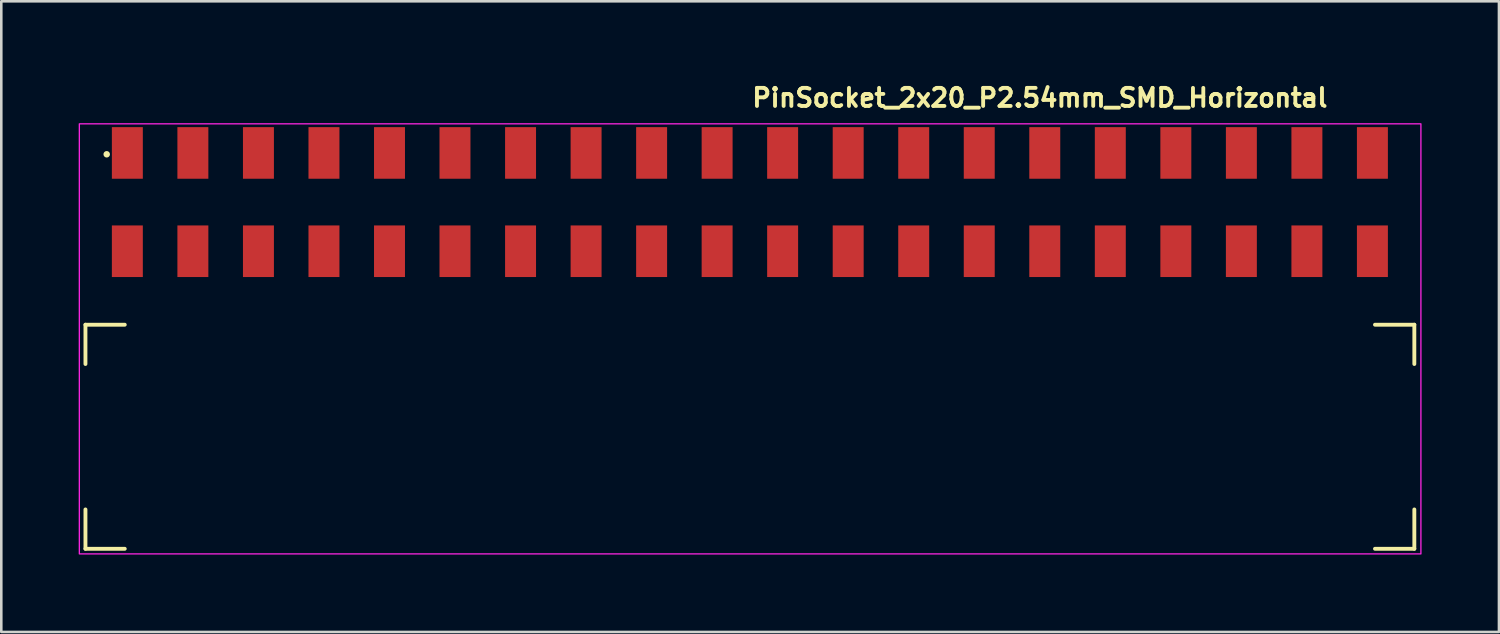
<source format=kicad_pcb>
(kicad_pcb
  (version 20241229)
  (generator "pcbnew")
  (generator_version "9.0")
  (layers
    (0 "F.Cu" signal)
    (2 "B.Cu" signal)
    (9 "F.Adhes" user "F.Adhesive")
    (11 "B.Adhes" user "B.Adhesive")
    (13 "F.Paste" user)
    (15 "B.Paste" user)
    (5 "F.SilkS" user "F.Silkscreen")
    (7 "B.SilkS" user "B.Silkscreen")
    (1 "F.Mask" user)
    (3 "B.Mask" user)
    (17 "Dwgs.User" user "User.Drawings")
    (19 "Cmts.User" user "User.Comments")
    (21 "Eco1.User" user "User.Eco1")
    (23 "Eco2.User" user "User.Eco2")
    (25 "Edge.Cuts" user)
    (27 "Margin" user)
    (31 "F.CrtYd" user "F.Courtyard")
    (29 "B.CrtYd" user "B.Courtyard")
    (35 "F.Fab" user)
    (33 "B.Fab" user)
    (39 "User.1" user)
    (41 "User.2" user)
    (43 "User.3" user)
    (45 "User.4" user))
  (footprint "PinSocket_2x20_P2.54mm_SMD_Horizontal"
    (layer "F.Cu")
    (at 26.025 10.25)
    (property "Reference" "PinSocket_2x20_P2.54mm_SMD_Horizontal" (at 0 -9.1 180) (layer "F.SilkS") (effects (font (size 0.7 0.7) (thickness 0.15)) (justify left bottom)))
    (attr smd)
    (fp_line (start -25.763 -0.714) (end -25.763 0.809) (stroke (width 0.15) (type solid)) (layer "F.SilkS"))
    (fp_line (start -25.763 -0.714) (end -24.239 -0.714) (stroke (width 0.15) (type solid)) (layer "F.SilkS"))
    (fp_line (start -25.763 7.971) (end -25.763 6.446) (stroke (width 0.15) (type solid)) (layer "F.SilkS"))
    (fp_line (start -25.763 7.971) (end -24.239 7.971) (stroke (width 0.15) (type solid)) (layer "F.SilkS"))
    (fp_line (start 25.745 -0.714) (end 24.22 -0.714) (stroke (width 0.15) (type solid)) (layer "F.SilkS"))
    (fp_line (start 25.745 -0.714) (end 25.745 0.809) (stroke (width 0.15) (type solid)) (layer "F.SilkS"))
    (fp_line (start 25.745 7.971) (end 24.22 7.971) (stroke (width 0.15) (type solid)) (layer "F.SilkS"))
    (fp_line (start 25.745 7.971) (end 25.745 6.446) (stroke (width 0.15) (type solid)) (layer "F.SilkS"))
    (fp_circle (center -24.939 -7.32) (end -24.888 -7.32) (stroke (width 0.15) (type solid)) (fill yes) (layer "F.SilkS"))
    (fp_rect (start -26 -8.5) (end 26 8.17) (stroke (width 0.05) (type solid)) (fill no) (layer "F.CrtYd"))
    (fp_rect (start -25.652 -7.873) (end 25.654 7.874) (stroke (width 0.1) (type solid)) (fill no) (layer "User.5"))
    (fp_line (start -25.652 7.874) (end -25.652 -0.634) (stroke (width 0.02) (type solid)) (layer "User.9"))
    (fp_line (start -25.081 -0.634) (end -25.652 -0.634) (stroke (width 0.02) (type solid)) (layer "User.9"))
    (fp_line (start -25.081 -0.128) (end -25.081 -0.634) (stroke (width 0.02) (type solid)) (layer "User.9"))
    (fp_line (start -24.521 -7.873) (end -24.521 -7.293) (stroke (width 0.02) (type solid)) (layer "User.9"))
    (fp_line (start -24.521 -7.196) (end -24.521 -7.293) (stroke (width 0.02) (type solid)) (layer "User.9"))
    (fp_line (start -24.521 -7.196) (end -24.521 -4.33) (stroke (width 0.02) (type solid)) (layer "User.9"))
    (fp_line (start -24.521 -4.33) (end -24.521 -4.135) (stroke (width 0.02) (type solid)) (layer "User.9"))
    (fp_line (start -24.521 -4.135) (end -24.521 -0.128) (stroke (width 0.02) (type solid)) (layer "User.9"))
    (fp_line (start -23.736 -7.873) (end -24.521 -7.873) (stroke (width 0.02) (type solid)) (layer "User.9"))
    (fp_line (start -23.736 -7.873) (end -23.736 -7.293) (stroke (width 0.02) (type solid)) (layer "User.9"))
    (fp_line (start -23.736 -7.196) (end -23.736 -7.293) (stroke (width 0.02) (type solid)) (layer "User.9"))
    (fp_line (start -23.736 -7.196) (end -23.736 -4.33) (stroke (width 0.02) (type solid)) (layer "User.9"))
    (fp_line (start -23.736 -4.33) (end -23.736 -4.135) (stroke (width 0.02) (type solid)) (layer "User.9"))
    (fp_line (start -23.736 -4.135) (end -23.736 -0.128) (stroke (width 0.02) (type solid)) (layer "User.9"))
    (fp_line (start -23.736 -1.839) (end -23.736 -0.128) (stroke (width 0.02) (type solid)) (layer "User.9"))
    (fp_line (start -23.177 -0.634) (end -23.177 -0.128) (stroke (width 0.02) (type solid)) (layer "User.9"))
    (fp_line (start -23.177 -0.128) (end -25.081 -0.128) (stroke (width 0.02) (type solid)) (layer "User.9"))
    (fp_line (start -22.541 -0.634) (end -23.177 -0.634) (stroke (width 0.02) (type solid)) (layer "User.9"))
    (fp_line (start -22.541 -0.128) (end -22.541 -0.634) (stroke (width 0.02) (type solid)) (layer "User.9"))
    (fp_line (start -21.983 -7.293) (end -21.983 -7.873) (stroke (width 0.02) (type solid)) (layer "User.9"))
    (fp_line (start -21.983 -7.293) (end -21.983 -7.196) (stroke (width 0.02) (type solid)) (layer "User.9"))
    (fp_line (start -21.983 -4.33) (end -21.983 -7.196) (stroke (width 0.02) (type solid)) (layer "User.9"))
    (fp_line (start -21.983 -4.135) (end -21.983 -4.33) (stroke (width 0.02) (type solid)) (layer "User.9"))
    (fp_line (start -21.983 -0.128) (end -21.983 -4.135) (stroke (width 0.02) (type solid)) (layer "User.9"))
    (fp_line (start -21.983 -0.128) (end -21.983 -1.839) (stroke (width 0.02) (type solid)) (layer "User.9"))
    (fp_line (start -21.195 -7.873) (end -21.983 -7.873) (stroke (width 0.02) (type solid)) (layer "User.9"))
    (fp_line (start -21.195 -7.873) (end -21.195 -7.293) (stroke (width 0.02) (type solid)) (layer "User.9"))
    (fp_line (start -21.195 -7.196) (end -21.195 -7.293) (stroke (width 0.02) (type solid)) (layer "User.9"))
    (fp_line (start -21.195 -7.196) (end -21.195 -4.33) (stroke (width 0.02) (type solid)) (layer "User.9"))
    (fp_line (start -21.195 -4.33) (end -21.195 -4.135) (stroke (width 0.02) (type solid)) (layer "User.9"))
    (fp_line (start -21.195 -4.135) (end -21.195 -0.128) (stroke (width 0.02) (type solid)) (layer "User.9"))
    (fp_line (start -21.195 -1.839) (end -21.195 -0.128) (stroke (width 0.02) (type solid)) (layer "User.9"))
    (fp_line (start -20.637 -0.634) (end -20.637 -0.128) (stroke (width 0.02) (type solid)) (layer "User.9"))
    (fp_line (start -20.637 -0.128) (end -22.541 -0.128) (stroke (width 0.02) (type solid)) (layer "User.9"))
    (fp_line (start -20.002 -0.634) (end -20.637 -0.634) (stroke (width 0.02) (type solid)) (layer "User.9"))
    (fp_line (start -20.002 -0.128) (end -20.002 -0.634) (stroke (width 0.02) (type solid)) (layer "User.9"))
    (fp_line (start -19.442 -7.293) (end -19.442 -7.873) (stroke (width 0.02) (type solid)) (layer "User.9"))
    (fp_line (start -19.442 -7.293) (end -19.442 -7.196) (stroke (width 0.02) (type solid)) (layer "User.9"))
    (fp_line (start -19.442 -4.33) (end -19.442 -7.196) (stroke (width 0.02) (type solid)) (layer "User.9"))
    (fp_line (start -19.442 -4.135) (end -19.442 -4.33) (stroke (width 0.02) (type solid)) (layer "User.9"))
    (fp_line (start -19.442 -0.128) (end -19.442 -4.135) (stroke (width 0.02) (type solid)) (layer "User.9"))
    (fp_line (start -19.442 -0.128) (end -19.442 -1.839) (stroke (width 0.02) (type solid)) (layer "User.9"))
    (fp_line (start -18.656 -7.873) (end -19.442 -7.873) (stroke (width 0.02) (type solid)) (layer "User.9"))
    (fp_line (start -18.656 -7.873) (end -18.656 -7.293) (stroke (width 0.02) (type solid)) (layer "User.9"))
    (fp_line (start -18.656 -7.196) (end -18.656 -7.293) (stroke (width 0.02) (type solid)) (layer "User.9"))
    (fp_line (start -18.656 -7.196) (end -18.656 -4.33) (stroke (width 0.02) (type solid)) (layer "User.9"))
    (fp_line (start -18.656 -4.33) (end -18.656 -4.135) (stroke (width 0.02) (type solid)) (layer "User.9"))
    (fp_line (start -18.656 -4.135) (end -18.656 -0.128) (stroke (width 0.02) (type solid)) (layer "User.9"))
    (fp_line (start -18.656 -1.839) (end -18.656 -0.128) (stroke (width 0.02) (type solid)) (layer "User.9"))
    (fp_line (start -18.097 -0.634) (end -18.097 -0.128) (stroke (width 0.02) (type solid)) (layer "User.9"))
    (fp_line (start -18.097 -0.128) (end -20.002 -0.128) (stroke (width 0.02) (type solid)) (layer "User.9"))
    (fp_line (start -17.462 -0.634) (end -18.097 -0.634) (stroke (width 0.02) (type solid)) (layer "User.9"))
    (fp_line (start -17.462 -0.128) (end -17.462 -0.634) (stroke (width 0.02) (type solid)) (layer "User.9"))
    (fp_line (start -16.903 -7.293) (end -16.903 -7.873) (stroke (width 0.02) (type solid)) (layer "User.9"))
    (fp_line (start -16.903 -7.293) (end -16.903 -7.196) (stroke (width 0.02) (type solid)) (layer "User.9"))
    (fp_line (start -16.903 -4.33) (end -16.903 -7.196) (stroke (width 0.02) (type solid)) (layer "User.9"))
    (fp_line (start -16.903 -4.135) (end -16.903 -4.33) (stroke (width 0.02) (type solid)) (layer "User.9"))
    (fp_line (start -16.903 -0.128) (end -16.903 -4.135) (stroke (width 0.02) (type solid)) (layer "User.9"))
    (fp_line (start -16.903 -0.128) (end -16.903 -1.839) (stroke (width 0.02) (type solid)) (layer "User.9"))
    (fp_line (start -16.116 -7.873) (end -16.903 -7.873) (stroke (width 0.02) (type solid)) (layer "User.9"))
    (fp_line (start -16.116 -7.873) (end -16.116 -7.293) (stroke (width 0.02) (type solid)) (layer "User.9"))
    (fp_line (start -16.116 -7.196) (end -16.116 -7.293) (stroke (width 0.02) (type solid)) (layer "User.9"))
    (fp_line (start -16.116 -7.196) (end -16.116 -4.33) (stroke (width 0.02) (type solid)) (layer "User.9"))
    (fp_line (start -16.116 -4.33) (end -16.116 -4.135) (stroke (width 0.02) (type solid)) (layer "User.9"))
    (fp_line (start -16.116 -4.135) (end -16.116 -0.128) (stroke (width 0.02) (type solid)) (layer "User.9"))
    (fp_line (start -16.116 -1.839) (end -16.116 -0.128) (stroke (width 0.02) (type solid)) (layer "User.9"))
    (fp_line (start -15.556 -0.634) (end -15.556 -0.128) (stroke (width 0.02) (type solid)) (layer "User.9"))
    (fp_line (start -15.556 -0.128) (end -17.462 -0.128) (stroke (width 0.02) (type solid)) (layer "User.9"))
    (fp_line (start -14.921 -0.634) (end -15.556 -0.634) (stroke (width 0.02) (type solid)) (layer "User.9"))
    (fp_line (start -14.921 -0.128) (end -14.921 -0.634) (stroke (width 0.02) (type solid)) (layer "User.9"))
    (fp_line (start -14.363 -7.293) (end -14.363 -7.873) (stroke (width 0.02) (type solid)) (layer "User.9"))
    (fp_line (start -14.363 -7.293) (end -14.363 -7.196) (stroke (width 0.02) (type solid)) (layer "User.9"))
    (fp_line (start -14.363 -4.33) (end -14.363 -7.196) (stroke (width 0.02) (type solid)) (layer "User.9"))
    (fp_line (start -14.363 -4.135) (end -14.363 -4.33) (stroke (width 0.02) (type solid)) (layer "User.9"))
    (fp_line (start -14.363 -0.128) (end -14.363 -4.135) (stroke (width 0.02) (type solid)) (layer "User.9"))
    (fp_line (start -14.363 -0.128) (end -14.363 -1.839) (stroke (width 0.02) (type solid)) (layer "User.9"))
    (fp_line (start -13.575 -7.873) (end -14.363 -7.873) (stroke (width 0.02) (type solid)) (layer "User.9"))
    (fp_line (start -13.575 -7.873) (end -13.575 -7.293) (stroke (width 0.02) (type solid)) (layer "User.9"))
    (fp_line (start -13.575 -7.196) (end -13.575 -7.293) (stroke (width 0.02) (type solid)) (layer "User.9"))
    (fp_line (start -13.575 -7.196) (end -13.575 -4.33) (stroke (width 0.02) (type solid)) (layer "User.9"))
    (fp_line (start -13.575 -4.33) (end -13.575 -4.135) (stroke (width 0.02) (type solid)) (layer "User.9"))
    (fp_line (start -13.575 -4.135) (end -13.575 -0.128) (stroke (width 0.02) (type solid)) (layer "User.9"))
    (fp_line (start -13.575 -1.839) (end -13.575 -0.128) (stroke (width 0.02) (type solid)) (layer "User.9"))
    (fp_line (start -13.017 -0.634) (end -13.017 -0.128) (stroke (width 0.02) (type solid)) (layer "User.9"))
    (fp_line (start -13.017 -0.128) (end -14.921 -0.128) (stroke (width 0.02) (type solid)) (layer "User.9"))
    (fp_line (start -12.382 -0.634) (end -13.017 -0.634) (stroke (width 0.02) (type solid)) (layer "User.9"))
    (fp_line (start -12.382 -0.128) (end -12.382 -0.634) (stroke (width 0.02) (type solid)) (layer "User.9"))
    (fp_line (start -11.822 -7.293) (end -11.822 -7.873) (stroke (width 0.02) (type solid)) (layer "User.9"))
    (fp_line (start -11.822 -7.293) (end -11.822 -7.196) (stroke (width 0.02) (type solid)) (layer "User.9"))
    (fp_line (start -11.822 -4.33) (end -11.822 -7.196) (stroke (width 0.02) (type solid)) (layer "User.9"))
    (fp_line (start -11.822 -4.135) (end -11.822 -4.33) (stroke (width 0.02) (type solid)) (layer "User.9"))
    (fp_line (start -11.822 -0.128) (end -11.822 -4.135) (stroke (width 0.02) (type solid)) (layer "User.9"))
    (fp_line (start -11.822 -0.128) (end -11.822 -1.839) (stroke (width 0.02) (type solid)) (layer "User.9"))
    (fp_line (start -11.036 -7.873) (end -11.822 -7.873) (stroke (width 0.02) (type solid)) (layer "User.9"))
    (fp_line (start -11.036 -7.873) (end -11.036 -7.293) (stroke (width 0.02) (type solid)) (layer "User.9"))
    (fp_line (start -11.036 -7.196) (end -11.036 -7.293) (stroke (width 0.02) (type solid)) (layer "User.9"))
    (fp_line (start -11.036 -7.196) (end -11.036 -4.33) (stroke (width 0.02) (type solid)) (layer "User.9"))
    (fp_line (start -11.036 -4.33) (end -11.036 -4.135) (stroke (width 0.02) (type solid)) (layer "User.9"))
    (fp_line (start -11.036 -4.135) (end -11.036 -0.128) (stroke (width 0.02) (type solid)) (layer "User.9"))
    (fp_line (start -11.036 -1.839) (end -11.036 -0.128) (stroke (width 0.02) (type solid)) (layer "User.9"))
    (fp_line (start -10.476 -0.634) (end -10.476 -0.128) (stroke (width 0.02) (type solid)) (layer "User.9"))
    (fp_line (start -10.476 -0.128) (end -12.382 -0.128) (stroke (width 0.02) (type solid)) (layer "User.9"))
    (fp_line (start -9.841 -0.634) (end -10.476 -0.634) (stroke (width 0.02) (type solid)) (layer "User.9"))
    (fp_line (start -9.841 -0.128) (end -9.841 -0.634) (stroke (width 0.02) (type solid)) (layer "User.9"))
    (fp_line (start -9.283 -7.293) (end -9.283 -7.873) (stroke (width 0.02) (type solid)) (layer "User.9"))
    (fp_line (start -9.283 -7.293) (end -9.283 -7.196) (stroke (width 0.02) (type solid)) (layer "User.9"))
    (fp_line (start -9.283 -4.33) (end -9.283 -7.196) (stroke (width 0.02) (type solid)) (layer "User.9"))
    (fp_line (start -9.283 -4.135) (end -9.283 -4.33) (stroke (width 0.02) (type solid)) (layer "User.9"))
    (fp_line (start -9.283 -0.128) (end -9.283 -4.135) (stroke (width 0.02) (type solid)) (layer "User.9"))
    (fp_line (start -9.283 -0.128) (end -9.283 -1.839) (stroke (width 0.02) (type solid)) (layer "User.9"))
    (fp_line (start -8.495 -7.873) (end -9.283 -7.873) (stroke (width 0.02) (type solid)) (layer "User.9"))
    (fp_line (start -8.495 -7.873) (end -8.495 -7.293) (stroke (width 0.02) (type solid)) (layer "User.9"))
    (fp_line (start -8.495 -7.196) (end -8.495 -7.293) (stroke (width 0.02) (type solid)) (layer "User.9"))
    (fp_line (start -8.495 -7.196) (end -8.495 -4.33) (stroke (width 0.02) (type solid)) (layer "User.9"))
    (fp_line (start -8.495 -4.33) (end -8.495 -4.135) (stroke (width 0.02) (type solid)) (layer "User.9"))
    (fp_line (start -8.495 -4.135) (end -8.495 -0.128) (stroke (width 0.02) (type solid)) (layer "User.9"))
    (fp_line (start -8.495 -1.839) (end -8.495 -0.128) (stroke (width 0.02) (type solid)) (layer "User.9"))
    (fp_line (start -7.936 -0.634) (end -7.936 -0.128) (stroke (width 0.02) (type solid)) (layer "User.9"))
    (fp_line (start -7.936 -0.128) (end -9.841 -0.128) (stroke (width 0.02) (type solid)) (layer "User.9"))
    (fp_line (start -7.301 -0.634) (end -7.936 -0.634) (stroke (width 0.02) (type solid)) (layer "User.9"))
    (fp_line (start -7.301 -0.128) (end -7.301 -0.634) (stroke (width 0.02) (type solid)) (layer "User.9"))
    (fp_line (start -6.742 -7.293) (end -6.742 -7.873) (stroke (width 0.02) (type solid)) (layer "User.9"))
    (fp_line (start -6.742 -7.293) (end -6.742 -7.196) (stroke (width 0.02) (type solid)) (layer "User.9"))
    (fp_line (start -6.742 -4.33) (end -6.742 -7.196) (stroke (width 0.02) (type solid)) (layer "User.9"))
    (fp_line (start -6.742 -4.135) (end -6.742 -4.33) (stroke (width 0.02) (type solid)) (layer "User.9"))
    (fp_line (start -6.742 -0.128) (end -6.742 -4.135) (stroke (width 0.02) (type solid)) (layer "User.9"))
    (fp_line (start -6.742 -0.128) (end -6.742 -1.839) (stroke (width 0.02) (type solid)) (layer "User.9"))
    (fp_line (start -5.955 -7.873) (end -6.742 -7.873) (stroke (width 0.02) (type solid)) (layer "User.9"))
    (fp_line (start -5.955 -7.873) (end -5.955 -7.293) (stroke (width 0.02) (type solid)) (layer "User.9"))
    (fp_line (start -5.955 -7.196) (end -5.955 -7.293) (stroke (width 0.02) (type solid)) (layer "User.9"))
    (fp_line (start -5.955 -7.196) (end -5.955 -4.33) (stroke (width 0.02) (type solid)) (layer "User.9"))
    (fp_line (start -5.955 -4.33) (end -5.955 -4.135) (stroke (width 0.02) (type solid)) (layer "User.9"))
    (fp_line (start -5.955 -4.135) (end -5.955 -0.128) (stroke (width 0.02) (type solid)) (layer "User.9"))
    (fp_line (start -5.955 -1.839) (end -5.955 -0.128) (stroke (width 0.02) (type solid)) (layer "User.9"))
    (fp_line (start -5.396 -0.634) (end -5.396 -0.128) (stroke (width 0.02) (type solid)) (layer "User.9"))
    (fp_line (start -5.396 -0.128) (end -7.301 -0.128) (stroke (width 0.02) (type solid)) (layer "User.9"))
    (fp_line (start -4.762 -0.634) (end -5.396 -0.634) (stroke (width 0.02) (type solid)) (layer "User.9"))
    (fp_line (start -4.762 -0.128) (end -4.762 -0.634) (stroke (width 0.02) (type solid)) (layer "User.9"))
    (fp_line (start -4.202 -7.293) (end -4.202 -7.873) (stroke (width 0.02) (type solid)) (layer "User.9"))
    (fp_line (start -4.202 -7.293) (end -4.202 -7.196) (stroke (width 0.02) (type solid)) (layer "User.9"))
    (fp_line (start -4.202 -4.33) (end -4.202 -7.196) (stroke (width 0.02) (type solid)) (layer "User.9"))
    (fp_line (start -4.202 -4.135) (end -4.202 -4.33) (stroke (width 0.02) (type solid)) (layer "User.9"))
    (fp_line (start -4.202 -0.128) (end -4.202 -4.135) (stroke (width 0.02) (type solid)) (layer "User.9"))
    (fp_line (start -4.202 -0.128) (end -4.202 -1.839) (stroke (width 0.02) (type solid)) (layer "User.9"))
    (fp_line (start -3.416 -7.873) (end -4.202 -7.873) (stroke (width 0.02) (type solid)) (layer "User.9"))
    (fp_line (start -3.416 -7.873) (end -3.416 -7.293) (stroke (width 0.02) (type solid)) (layer "User.9"))
    (fp_line (start -3.416 -7.196) (end -3.416 -7.293) (stroke (width 0.02) (type solid)) (layer "User.9"))
    (fp_line (start -3.416 -7.196) (end -3.416 -4.33) (stroke (width 0.02) (type solid)) (layer "User.9"))
    (fp_line (start -3.416 -4.33) (end -3.416 -4.135) (stroke (width 0.02) (type solid)) (layer "User.9"))
    (fp_line (start -3.416 -4.135) (end -3.416 -0.128) (stroke (width 0.02) (type solid)) (layer "User.9"))
    (fp_line (start -3.416 -1.839) (end -3.416 -0.128) (stroke (width 0.02) (type solid)) (layer "User.9"))
    (fp_line (start -2.856 -0.634) (end -2.856 -0.128) (stroke (width 0.02) (type solid)) (layer "User.9"))
    (fp_line (start -2.856 -0.128) (end -4.762 -0.128) (stroke (width 0.02) (type solid)) (layer "User.9"))
    (fp_line (start -2.221 -0.634) (end -2.856 -0.634) (stroke (width 0.02) (type solid)) (layer "User.9"))
    (fp_line (start -2.221 -0.128) (end -2.221 -0.634) (stroke (width 0.02) (type solid)) (layer "User.9"))
    (fp_line (start -1.663 -7.293) (end -1.663 -7.873) (stroke (width 0.02) (type solid)) (layer "User.9"))
    (fp_line (start -1.663 -7.293) (end -1.663 -7.196) (stroke (width 0.02) (type solid)) (layer "User.9"))
    (fp_line (start -1.663 -4.33) (end -1.663 -7.196) (stroke (width 0.02) (type solid)) (layer "User.9"))
    (fp_line (start -1.663 -4.135) (end -1.663 -4.33) (stroke (width 0.02) (type solid)) (layer "User.9"))
    (fp_line (start -1.663 -0.128) (end -1.663 -4.135) (stroke (width 0.02) (type solid)) (layer "User.9"))
    (fp_line (start -1.663 -0.128) (end -1.663 -1.839) (stroke (width 0.02) (type solid)) (layer "User.9"))
    (fp_line (start -0.875 -7.873) (end -1.663 -7.873) (stroke (width 0.02) (type solid)) (layer "User.9"))
    (fp_line (start -0.875 -7.873) (end -0.875 -7.293) (stroke (width 0.02) (type solid)) (layer "User.9"))
    (fp_line (start -0.875 -7.196) (end -0.875 -7.293) (stroke (width 0.02) (type solid)) (layer "User.9"))
    (fp_line (start -0.875 -7.196) (end -0.875 -4.33) (stroke (width 0.02) (type solid)) (layer "User.9"))
    (fp_line (start -0.875 -4.33) (end -0.875 -4.135) (stroke (width 0.02) (type solid)) (layer "User.9"))
    (fp_line (start -0.875 -4.135) (end -0.875 -0.128) (stroke (width 0.02) (type solid)) (layer "User.9"))
    (fp_line (start -0.875 -1.839) (end -0.875 -0.128) (stroke (width 0.02) (type solid)) (layer "User.9"))
    (fp_line (start -0.317 -0.634) (end -0.317 -0.128) (stroke (width 0.02) (type solid)) (layer "User.9"))
    (fp_line (start -0.317 -0.128) (end -2.221 -0.128) (stroke (width 0.02) (type solid)) (layer "User.9"))
    (fp_line (start 0.318 -0.634) (end -0.317 -0.634) (stroke (width 0.02) (type solid)) (layer "User.9"))
    (fp_line (start 0.318 -0.128) (end 0.318 -0.634) (stroke (width 0.02) (type solid)) (layer "User.9"))
    (fp_line (start 0.877 -7.293) (end 0.877 -7.873) (stroke (width 0.02) (type solid)) (layer "User.9"))
    (fp_line (start 0.877 -7.293) (end 0.877 -7.196) (stroke (width 0.02) (type solid)) (layer "User.9"))
    (fp_line (start 0.877 -4.33) (end 0.877 -7.196) (stroke (width 0.02) (type solid)) (layer "User.9"))
    (fp_line (start 0.877 -4.135) (end 0.877 -4.33) (stroke (width 0.02) (type solid)) (layer "User.9"))
    (fp_line (start 0.877 -0.128) (end 0.877 -4.135) (stroke (width 0.02) (type solid)) (layer "User.9"))
    (fp_line (start 0.877 -0.128) (end 0.877 -1.839) (stroke (width 0.02) (type solid)) (layer "User.9"))
    (fp_line (start 1.664 -7.873) (end 0.877 -7.873) (stroke (width 0.02) (type solid)) (layer "User.9"))
    (fp_line (start 1.664 -7.873) (end 1.664 -7.293) (stroke (width 0.02) (type solid)) (layer "User.9"))
    (fp_line (start 1.664 -7.196) (end 1.664 -7.293) (stroke (width 0.02) (type solid)) (layer "User.9"))
    (fp_line (start 1.664 -7.196) (end 1.664 -4.33) (stroke (width 0.02) (type solid)) (layer "User.9"))
    (fp_line (start 1.664 -4.33) (end 1.664 -4.135) (stroke (width 0.02) (type solid)) (layer "User.9"))
    (fp_line (start 1.664 -4.135) (end 1.664 -0.128) (stroke (width 0.02) (type solid)) (layer "User.9"))
    (fp_line (start 1.664 -1.839) (end 1.664 -0.128) (stroke (width 0.02) (type solid)) (layer "User.9"))
    (fp_line (start 2.223 -0.634) (end 2.223 -0.128) (stroke (width 0.02) (type solid)) (layer "User.9"))
    (fp_line (start 2.223 -0.128) (end 0.318 -0.128) (stroke (width 0.02) (type solid)) (layer "User.9"))
    (fp_line (start 2.858 -0.634) (end 2.223 -0.634) (stroke (width 0.02) (type solid)) (layer "User.9"))
    (fp_line (start 2.858 -0.128) (end 2.858 -0.634) (stroke (width 0.02) (type solid)) (layer "User.9"))
    (fp_line (start 3.417 -7.293) (end 3.417 -7.873) (stroke (width 0.02) (type solid)) (layer "User.9"))
    (fp_line (start 3.417 -7.293) (end 3.417 -7.196) (stroke (width 0.02) (type solid)) (layer "User.9"))
    (fp_line (start 3.417 -4.33) (end 3.417 -7.196) (stroke (width 0.02) (type solid)) (layer "User.9"))
    (fp_line (start 3.417 -4.135) (end 3.417 -4.33) (stroke (width 0.02) (type solid)) (layer "User.9"))
    (fp_line (start 3.417 -0.128) (end 3.417 -4.135) (stroke (width 0.02) (type solid)) (layer "User.9"))
    (fp_line (start 3.417 -0.128) (end 3.417 -1.839) (stroke (width 0.02) (type solid)) (layer "User.9"))
    (fp_line (start 4.204 -7.873) (end 3.417 -7.873) (stroke (width 0.02) (type solid)) (layer "User.9"))
    (fp_line (start 4.204 -7.873) (end 4.204 -7.293) (stroke (width 0.02) (type solid)) (layer "User.9"))
    (fp_line (start 4.204 -7.196) (end 4.204 -7.293) (stroke (width 0.02) (type solid)) (layer "User.9"))
    (fp_line (start 4.204 -7.196) (end 4.204 -4.33) (stroke (width 0.02) (type solid)) (layer "User.9"))
    (fp_line (start 4.204 -4.33) (end 4.204 -4.135) (stroke (width 0.02) (type solid)) (layer "User.9"))
    (fp_line (start 4.204 -4.135) (end 4.204 -0.128) (stroke (width 0.02) (type solid)) (layer "User.9"))
    (fp_line (start 4.204 -1.839) (end 4.204 -0.128) (stroke (width 0.02) (type solid)) (layer "User.9"))
    (fp_line (start 4.763 -0.634) (end 4.763 -0.128) (stroke (width 0.02) (type solid)) (layer "User.9"))
    (fp_line (start 4.763 -0.128) (end 2.858 -0.128) (stroke (width 0.02) (type solid)) (layer "User.9"))
    (fp_line (start 5.398 -0.634) (end 4.763 -0.634) (stroke (width 0.02) (type solid)) (layer "User.9"))
    (fp_line (start 5.398 -0.128) (end 5.398 -0.634) (stroke (width 0.02) (type solid)) (layer "User.9"))
    (fp_line (start 5.957 -7.293) (end 5.957 -7.873) (stroke (width 0.02) (type solid)) (layer "User.9"))
    (fp_line (start 5.957 -7.293) (end 5.957 -7.196) (stroke (width 0.02) (type solid)) (layer "User.9"))
    (fp_line (start 5.957 -4.33) (end 5.957 -7.196) (stroke (width 0.02) (type solid)) (layer "User.9"))
    (fp_line (start 5.957 -4.135) (end 5.957 -4.33) (stroke (width 0.02) (type solid)) (layer "User.9"))
    (fp_line (start 5.957 -0.128) (end 5.957 -4.135) (stroke (width 0.02) (type solid)) (layer "User.9"))
    (fp_line (start 5.957 -0.128) (end 5.957 -1.839) (stroke (width 0.02) (type solid)) (layer "User.9"))
    (fp_line (start 6.744 -7.873) (end 5.957 -7.873) (stroke (width 0.02) (type solid)) (layer "User.9"))
    (fp_line (start 6.744 -7.873) (end 6.744 -7.293) (stroke (width 0.02) (type solid)) (layer "User.9"))
    (fp_line (start 6.744 -7.196) (end 6.744 -7.293) (stroke (width 0.02) (type solid)) (layer "User.9"))
    (fp_line (start 6.744 -7.196) (end 6.744 -4.33) (stroke (width 0.02) (type solid)) (layer "User.9"))
    (fp_line (start 6.744 -4.33) (end 6.744 -4.135) (stroke (width 0.02) (type solid)) (layer "User.9"))
    (fp_line (start 6.744 -4.135) (end 6.744 -0.128) (stroke (width 0.02) (type solid)) (layer "User.9"))
    (fp_line (start 6.744 -1.839) (end 6.744 -0.128) (stroke (width 0.02) (type solid)) (layer "User.9"))
    (fp_line (start 7.303 -0.634) (end 7.303 -0.128) (stroke (width 0.02) (type solid)) (layer "User.9"))
    (fp_line (start 7.303 -0.128) (end 5.398 -0.128) (stroke (width 0.02) (type solid)) (layer "User.9"))
    (fp_line (start 7.937 -0.634) (end 7.303 -0.634) (stroke (width 0.02) (type solid)) (layer "User.9"))
    (fp_line (start 7.937 -0.128) (end 7.937 -0.634) (stroke (width 0.02) (type solid)) (layer "User.9"))
    (fp_line (start 8.497 -7.293) (end 8.497 -7.873) (stroke (width 0.02) (type solid)) (layer "User.9"))
    (fp_line (start 8.497 -7.293) (end 8.497 -7.196) (stroke (width 0.02) (type solid)) (layer "User.9"))
    (fp_line (start 8.497 -4.33) (end 8.497 -7.196) (stroke (width 0.02) (type solid)) (layer "User.9"))
    (fp_line (start 8.497 -4.135) (end 8.497 -4.33) (stroke (width 0.02) (type solid)) (layer "User.9"))
    (fp_line (start 8.497 -0.128) (end 8.497 -4.135) (stroke (width 0.02) (type solid)) (layer "User.9"))
    (fp_line (start 8.497 -0.128) (end 8.497 -1.839) (stroke (width 0.02) (type solid)) (layer "User.9"))
    (fp_line (start 9.284 -7.873) (end 8.497 -7.873) (stroke (width 0.02) (type solid)) (layer "User.9"))
    (fp_line (start 9.284 -7.873) (end 9.284 -7.293) (stroke (width 0.02) (type solid)) (layer "User.9"))
    (fp_line (start 9.284 -7.196) (end 9.284 -7.293) (stroke (width 0.02) (type solid)) (layer "User.9"))
    (fp_line (start 9.284 -7.196) (end 9.284 -4.33) (stroke (width 0.02) (type solid)) (layer "User.9"))
    (fp_line (start 9.284 -4.33) (end 9.284 -4.135) (stroke (width 0.02) (type solid)) (layer "User.9"))
    (fp_line (start 9.284 -4.135) (end 9.284 -0.128) (stroke (width 0.02) (type solid)) (layer "User.9"))
    (fp_line (start 9.284 -1.839) (end 9.284 -0.128) (stroke (width 0.02) (type solid)) (layer "User.9"))
    (fp_line (start 9.843 -0.634) (end 9.843 -0.128) (stroke (width 0.02) (type solid)) (layer "User.9"))
    (fp_line (start 9.843 -0.128) (end 7.937 -0.128) (stroke (width 0.02) (type solid)) (layer "User.9"))
    (fp_line (start 10.477 -0.634) (end 9.843 -0.634) (stroke (width 0.02) (type solid)) (layer "User.9"))
    (fp_line (start 10.477 -0.128) (end 10.477 -0.634) (stroke (width 0.02) (type solid)) (layer "User.9"))
    (fp_line (start 11.037 -7.293) (end 11.037 -7.873) (stroke (width 0.02) (type solid)) (layer "User.9"))
    (fp_line (start 11.037 -7.293) (end 11.037 -7.196) (stroke (width 0.02) (type solid)) (layer "User.9"))
    (fp_line (start 11.037 -4.33) (end 11.037 -7.196) (stroke (width 0.02) (type solid)) (layer "User.9"))
    (fp_line (start 11.037 -4.135) (end 11.037 -4.33) (stroke (width 0.02) (type solid)) (layer "User.9"))
    (fp_line (start 11.037 -0.128) (end 11.037 -4.135) (stroke (width 0.02) (type solid)) (layer "User.9"))
    (fp_line (start 11.037 -0.128) (end 11.037 -1.839) (stroke (width 0.02) (type solid)) (layer "User.9"))
    (fp_line (start 11.824 -7.873) (end 11.037 -7.873) (stroke (width 0.02) (type solid)) (layer "User.9"))
    (fp_line (start 11.824 -7.873) (end 11.824 -7.293) (stroke (width 0.02) (type solid)) (layer "User.9"))
    (fp_line (start 11.824 -7.196) (end 11.824 -7.293) (stroke (width 0.02) (type solid)) (layer "User.9"))
    (fp_line (start 11.824 -7.196) (end 11.824 -4.33) (stroke (width 0.02) (type solid)) (layer "User.9"))
    (fp_line (start 11.824 -4.33) (end 11.824 -4.135) (stroke (width 0.02) (type solid)) (layer "User.9"))
    (fp_line (start 11.824 -4.135) (end 11.824 -0.128) (stroke (width 0.02) (type solid)) (layer "User.9"))
    (fp_line (start 11.824 -1.839) (end 11.824 -0.128) (stroke (width 0.02) (type solid)) (layer "User.9"))
    (fp_line (start 12.382 -0.634) (end 12.382 -0.128) (stroke (width 0.02) (type solid)) (layer "User.9"))
    (fp_line (start 12.382 -0.128) (end 10.477 -0.128) (stroke (width 0.02) (type solid)) (layer "User.9"))
    (fp_line (start 13.018 -0.634) (end 12.382 -0.634) (stroke (width 0.02) (type solid)) (layer "User.9"))
    (fp_line (start 13.018 -0.128) (end 13.018 -0.634) (stroke (width 0.02) (type solid)) (layer "User.9"))
    (fp_line (start 13.577 -7.293) (end 13.577 -7.873) (stroke (width 0.02) (type solid)) (layer "User.9"))
    (fp_line (start 13.577 -7.293) (end 13.577 -7.196) (stroke (width 0.02) (type solid)) (layer "User.9"))
    (fp_line (start 13.577 -4.33) (end 13.577 -7.196) (stroke (width 0.02) (type solid)) (layer "User.9"))
    (fp_line (start 13.577 -4.135) (end 13.577 -4.33) (stroke (width 0.02) (type solid)) (layer "User.9"))
    (fp_line (start 13.577 -0.128) (end 13.577 -4.135) (stroke (width 0.02) (type solid)) (layer "User.9"))
    (fp_line (start 13.577 -0.128) (end 13.577 -1.839) (stroke (width 0.02) (type solid)) (layer "User.9"))
    (fp_line (start 14.364 -7.873) (end 13.577 -7.873) (stroke (width 0.02) (type solid)) (layer "User.9"))
    (fp_line (start 14.364 -7.873) (end 14.364 -7.293) (stroke (width 0.02) (type solid)) (layer "User.9"))
    (fp_line (start 14.364 -7.196) (end 14.364 -7.293) (stroke (width 0.02) (type solid)) (layer "User.9"))
    (fp_line (start 14.364 -7.196) (end 14.364 -4.33) (stroke (width 0.02) (type solid)) (layer "User.9"))
    (fp_line (start 14.364 -4.33) (end 14.364 -4.135) (stroke (width 0.02) (type solid)) (layer "User.9"))
    (fp_line (start 14.364 -4.135) (end 14.364 -0.128) (stroke (width 0.02) (type solid)) (layer "User.9"))
    (fp_line (start 14.364 -1.839) (end 14.364 -0.128) (stroke (width 0.02) (type solid)) (layer "User.9"))
    (fp_line (start 14.922 -0.634) (end 14.922 -0.128) (stroke (width 0.02) (type solid)) (layer "User.9"))
    (fp_line (start 14.922 -0.128) (end 13.018 -0.128) (stroke (width 0.02) (type solid)) (layer "User.9"))
    (fp_line (start 15.558 -0.634) (end 14.922 -0.634) (stroke (width 0.02) (type solid)) (layer "User.9"))
    (fp_line (start 15.558 -0.128) (end 15.558 -0.634) (stroke (width 0.02) (type solid)) (layer "User.9"))
    (fp_line (start 16.117 -7.293) (end 16.117 -7.873) (stroke (width 0.02) (type solid)) (layer "User.9"))
    (fp_line (start 16.117 -7.293) (end 16.117 -7.196) (stroke (width 0.02) (type solid)) (layer "User.9"))
    (fp_line (start 16.117 -4.33) (end 16.117 -7.196) (stroke (width 0.02) (type solid)) (layer "User.9"))
    (fp_line (start 16.117 -4.135) (end 16.117 -4.33) (stroke (width 0.02) (type solid)) (layer "User.9"))
    (fp_line (start 16.117 -0.128) (end 16.117 -4.135) (stroke (width 0.02) (type solid)) (layer "User.9"))
    (fp_line (start 16.117 -0.128) (end 16.117 -1.839) (stroke (width 0.02) (type solid)) (layer "User.9"))
    (fp_line (start 16.904 -7.873) (end 16.117 -7.873) (stroke (width 0.02) (type solid)) (layer "User.9"))
    (fp_line (start 16.904 -7.873) (end 16.904 -7.293) (stroke (width 0.02) (type solid)) (layer "User.9"))
    (fp_line (start 16.904 -7.196) (end 16.904 -7.293) (stroke (width 0.02) (type solid)) (layer "User.9"))
    (fp_line (start 16.904 -7.196) (end 16.904 -4.33) (stroke (width 0.02) (type solid)) (layer "User.9"))
    (fp_line (start 16.904 -4.33) (end 16.904 -4.135) (stroke (width 0.02) (type solid)) (layer "User.9"))
    (fp_line (start 16.904 -4.135) (end 16.904 -0.128) (stroke (width 0.02) (type solid)) (layer "User.9"))
    (fp_line (start 16.904 -1.839) (end 16.904 -0.128) (stroke (width 0.02) (type solid)) (layer "User.9"))
    (fp_line (start 17.463 -0.634) (end 17.463 -0.128) (stroke (width 0.02) (type solid)) (layer "User.9"))
    (fp_line (start 17.463 -0.128) (end 15.558 -0.128) (stroke (width 0.02) (type solid)) (layer "User.9"))
    (fp_line (start 18.098 -0.634) (end 17.463 -0.634) (stroke (width 0.02) (type solid)) (layer "User.9"))
    (fp_line (start 18.098 -0.128) (end 18.098 -0.634) (stroke (width 0.02) (type solid)) (layer "User.9"))
    (fp_line (start 18.657 -7.293) (end 18.657 -7.873) (stroke (width 0.02) (type solid)) (layer "User.9"))
    (fp_line (start 18.657 -7.293) (end 18.657 -7.196) (stroke (width 0.02) (type solid)) (layer "User.9"))
    (fp_line (start 18.657 -4.33) (end 18.657 -7.196) (stroke (width 0.02) (type solid)) (layer "User.9"))
    (fp_line (start 18.657 -4.135) (end 18.657 -4.33) (stroke (width 0.02) (type solid)) (layer "User.9"))
    (fp_line (start 18.657 -0.128) (end 18.657 -4.135) (stroke (width 0.02) (type solid)) (layer "User.9"))
    (fp_line (start 18.657 -0.128) (end 18.657 -1.839) (stroke (width 0.02) (type solid)) (layer "User.9"))
    (fp_line (start 19.444 -7.873) (end 18.657 -7.873) (stroke (width 0.02) (type solid)) (layer "User.9"))
    (fp_line (start 19.444 -7.873) (end 19.444 -7.293) (stroke (width 0.02) (type solid)) (layer "User.9"))
    (fp_line (start 19.444 -7.196) (end 19.444 -7.293) (stroke (width 0.02) (type solid)) (layer "User.9"))
    (fp_line (start 19.444 -7.196) (end 19.444 -4.33) (stroke (width 0.02) (type solid)) (layer "User.9"))
    (fp_line (start 19.444 -4.33) (end 19.444 -4.135) (stroke (width 0.02) (type solid)) (layer "User.9"))
    (fp_line (start 19.444 -4.135) (end 19.444 -0.128) (stroke (width 0.02) (type solid)) (layer "User.9"))
    (fp_line (start 19.444 -1.839) (end 19.444 -0.128) (stroke (width 0.02) (type solid)) (layer "User.9"))
    (fp_line (start 20.003 -0.634) (end 20.003 -0.128) (stroke (width 0.02) (type solid)) (layer "User.9"))
    (fp_line (start 20.003 -0.128) (end 18.098 -0.128) (stroke (width 0.02) (type solid)) (layer "User.9"))
    (fp_line (start 20.638 -0.634) (end 20.003 -0.634) (stroke (width 0.02) (type solid)) (layer "User.9"))
    (fp_line (start 20.638 -0.128) (end 20.638 -0.634) (stroke (width 0.02) (type solid)) (layer "User.9"))
    (fp_line (start 21.197 -7.293) (end 21.197 -7.873) (stroke (width 0.02) (type solid)) (layer "User.9"))
    (fp_line (start 21.197 -7.293) (end 21.197 -7.196) (stroke (width 0.02) (type solid)) (layer "User.9"))
    (fp_line (start 21.197 -4.33) (end 21.197 -7.196) (stroke (width 0.02) (type solid)) (layer "User.9"))
    (fp_line (start 21.197 -4.135) (end 21.197 -4.33) (stroke (width 0.02) (type solid)) (layer "User.9"))
    (fp_line (start 21.197 -0.128) (end 21.197 -4.135) (stroke (width 0.02) (type solid)) (layer "User.9"))
    (fp_line (start 21.197 -0.128) (end 21.197 -1.839) (stroke (width 0.02) (type solid)) (layer "User.9"))
    (fp_line (start 21.983 -7.873) (end 21.197 -7.873) (stroke (width 0.02) (type solid)) (layer "User.9"))
    (fp_line (start 21.983 -7.873) (end 21.983 -7.293) (stroke (width 0.02) (type solid)) (layer "User.9"))
    (fp_line (start 21.983 -7.196) (end 21.983 -7.293) (stroke (width 0.02) (type solid)) (layer "User.9"))
    (fp_line (start 21.983 -7.196) (end 21.983 -4.33) (stroke (width 0.02) (type solid)) (layer "User.9"))
    (fp_line (start 21.983 -4.33) (end 21.983 -4.135) (stroke (width 0.02) (type solid)) (layer "User.9"))
    (fp_line (start 21.983 -4.135) (end 21.983 -0.128) (stroke (width 0.02) (type solid)) (layer "User.9"))
    (fp_line (start 21.983 -1.839) (end 21.983 -0.128) (stroke (width 0.02) (type solid)) (layer "User.9"))
    (fp_line (start 22.543 -0.634) (end 22.543 -0.128) (stroke (width 0.02) (type solid)) (layer "User.9"))
    (fp_line (start 22.543 -0.128) (end 20.638 -0.128) (stroke (width 0.02) (type solid)) (layer "User.9"))
    (fp_line (start 23.178 -0.634) (end 22.543 -0.634) (stroke (width 0.02) (type solid)) (layer "User.9"))
    (fp_line (start 23.178 -0.128) (end 23.178 -0.634) (stroke (width 0.02) (type solid)) (layer "User.9"))
    (fp_line (start 23.736 -7.293) (end 23.736 -7.873) (stroke (width 0.02) (type solid)) (layer "User.9"))
    (fp_line (start 23.736 -7.293) (end 23.736 -7.196) (stroke (width 0.02) (type solid)) (layer "User.9"))
    (fp_line (start 23.736 -4.33) (end 23.736 -7.196) (stroke (width 0.02) (type solid)) (layer "User.9"))
    (fp_line (start 23.736 -4.135) (end 23.736 -4.33) (stroke (width 0.02) (type solid)) (layer "User.9"))
    (fp_line (start 23.736 -0.128) (end 23.736 -4.135) (stroke (width 0.02) (type solid)) (layer "User.9"))
    (fp_line (start 23.736 -0.128) (end 23.736 -1.839) (stroke (width 0.02) (type solid)) (layer "User.9"))
    (fp_line (start 24.524 -7.873) (end 23.736 -7.873) (stroke (width 0.02) (type solid)) (layer "User.9"))
    (fp_line (start 24.524 -7.873) (end 24.524 -7.293) (stroke (width 0.02) (type solid)) (layer "User.9"))
    (fp_line (start 24.524 -7.196) (end 24.524 -7.293) (stroke (width 0.02) (type solid)) (layer "User.9"))
    (fp_line (start 24.524 -7.196) (end 24.524 -4.33) (stroke (width 0.02) (type solid)) (layer "User.9"))
    (fp_line (start 24.524 -4.33) (end 24.524 -4.135) (stroke (width 0.02) (type solid)) (layer "User.9"))
    (fp_line (start 24.524 -4.135) (end 24.524 -0.128) (stroke (width 0.02) (type solid)) (layer "User.9"))
    (fp_line (start 25.083 -0.634) (end 25.083 -0.128) (stroke (width 0.02) (type solid)) (layer "User.9"))
    (fp_line (start 25.083 -0.128) (end 23.178 -0.128) (stroke (width 0.02) (type solid)) (layer "User.9"))
    (fp_line (start 25.654 -0.634) (end 25.083 -0.634) (stroke (width 0.02) (type solid)) (layer "User.9"))
    (fp_line (start 25.654 7.874) (end -25.652 7.874) (stroke (width 0.02) (type solid)) (layer "User.9"))
    (fp_line (start 25.654 7.874) (end 25.654 -0.634) (stroke (width 0.02) (type solid)) (layer "User.9"))
    (pad "1" smd rect (at -24.139 -7.372) (size 1.2 2) (layers "F.Cu" "F.Mask" "F.Paste"))
    (pad "2" smd rect (at -24.139 -3.562) (size 1.2 2) (layers "F.Cu" "F.Mask" "F.Paste"))
    (pad "3" smd rect (at -21.599 -7.372) (size 1.2 2) (layers "F.Cu" "F.Mask" "F.Paste"))
    (pad "4" smd rect (at -21.599 -3.562) (size 1.2 2) (layers "F.Cu" "F.Mask" "F.Paste"))
    (pad "5" smd rect (at -19.058 -7.372) (size 1.2 2) (layers "F.Cu" "F.Mask" "F.Paste"))
    (pad "6" smd rect (at -19.058 -3.562) (size 1.2 2) (layers "F.Cu" "F.Mask" "F.Paste"))
    (pad "7" smd rect (at -16.518 -7.372) (size 1.2 2) (layers "F.Cu" "F.Mask" "F.Paste"))
    (pad "8" smd rect (at -16.518 -3.562) (size 1.2 2) (layers "F.Cu" "F.Mask" "F.Paste"))
    (pad "9" smd rect (at -13.978 -7.372) (size 1.2 2) (layers "F.Cu" "F.Mask" "F.Paste"))
    (pad "10" smd rect (at -13.978 -3.562) (size 1.2 2) (layers "F.Cu" "F.Mask" "F.Paste"))
    (pad "11" smd rect (at -11.44 -7.372) (size 1.2 2) (layers "F.Cu" "F.Mask" "F.Paste"))
    (pad "12" smd rect (at -11.44 -3.562) (size 1.2 2) (layers "F.Cu" "F.Mask" "F.Paste"))
    (pad "13" smd rect (at -8.898 -7.372) (size 1.2 2) (layers "F.Cu" "F.Mask" "F.Paste"))
    (pad "14" smd rect (at -8.898 -3.562) (size 1.2 2) (layers "F.Cu" "F.Mask" "F.Paste"))
    (pad "15" smd rect (at -6.358 -7.372) (size 1.2 2) (layers "F.Cu" "F.Mask" "F.Paste"))
    (pad "16" smd rect (at -6.358 -3.562) (size 1.2 2) (layers "F.Cu" "F.Mask" "F.Paste"))
    (pad "17" smd rect (at -3.818 -7.372) (size 1.2 2) (layers "F.Cu" "F.Mask" "F.Paste"))
    (pad "18" smd rect (at -3.818 -3.562) (size 1.2 2) (layers "F.Cu" "F.Mask" "F.Paste"))
    (pad "19" smd rect (at -1.279 -7.372) (size 1.2 2) (layers "F.Cu" "F.Mask" "F.Paste"))
    (pad "20" smd rect (at -1.279 -3.562) (size 1.2 2) (layers "F.Cu" "F.Mask" "F.Paste"))
    (pad "21" smd rect (at 1.26 -7.372) (size 1.2 2) (layers "F.Cu" "F.Mask" "F.Paste"))
    (pad "22" smd rect (at 1.26 -3.562) (size 1.2 2) (layers "F.Cu" "F.Mask" "F.Paste"))
    (pad "23" smd rect (at 3.801 -7.372) (size 1.2 2) (layers "F.Cu" "F.Mask" "F.Paste"))
    (pad "24" smd rect (at 3.801 -3.562) (size 1.2 2) (layers "F.Cu" "F.Mask" "F.Paste"))
    (pad "25" smd rect (at 6.341 -7.372) (size 1.2 2) (layers "F.Cu" "F.Mask" "F.Paste"))
    (pad "26" smd rect (at 6.341 -3.562) (size 1.2 2) (layers "F.Cu" "F.Mask" "F.Paste"))
    (pad "27" smd rect (at 8.881 -7.372) (size 1.2 2) (layers "F.Cu" "F.Mask" "F.Paste"))
    (pad "28" smd rect (at 8.881 -3.562) (size 1.2 2) (layers "F.Cu" "F.Mask" "F.Paste"))
    (pad "29" smd rect (at 11.421 -7.372) (size 1.2 2) (layers "F.Cu" "F.Mask" "F.Paste"))
    (pad "30" smd rect (at 11.421 -3.562) (size 1.2 2) (layers "F.Cu" "F.Mask" "F.Paste"))
    (pad "31" smd rect (at 13.961 -7.372) (size 1.2 2) (layers "F.Cu" "F.Mask" "F.Paste"))
    (pad "32" smd rect (at 13.961 -3.562) (size 1.2 2) (layers "F.Cu" "F.Mask" "F.Paste"))
    (pad "33" smd rect (at 16.501 -7.372) (size 1.2 2) (layers "F.Cu" "F.Mask" "F.Paste"))
    (pad "34" smd rect (at 16.501 -3.562) (size 1.2 2) (layers "F.Cu" "F.Mask" "F.Paste"))
    (pad "35" smd rect (at 19.041 -7.372) (size 1.2 2) (layers "F.Cu" "F.Mask" "F.Paste"))
    (pad "36" smd rect (at 19.041 -3.562) (size 1.2 2) (layers "F.Cu" "F.Mask" "F.Paste"))
    (pad "37" smd rect (at 21.581 -7.372) (size 1.2 2) (layers "F.Cu" "F.Mask" "F.Paste"))
    (pad "38" smd rect (at 21.581 -3.562) (size 1.2 2) (layers "F.Cu" "F.Mask" "F.Paste"))
    (pad "39" smd rect (at 24.12 -7.372) (size 1.2 2) (layers "F.Cu" "F.Mask" "F.Paste"))
    (pad "40" smd rect (at 24.12 -3.562) (size 1.2 2) (layers "F.Cu" "F.Mask" "F.Paste")))
  (gr_rect
    (start -3 -3)
    (end 55.05 21.445)
    (stroke (width 0.1) (type default))
    (fill no)
    (layer "Edge.Cuts")))
</source>
